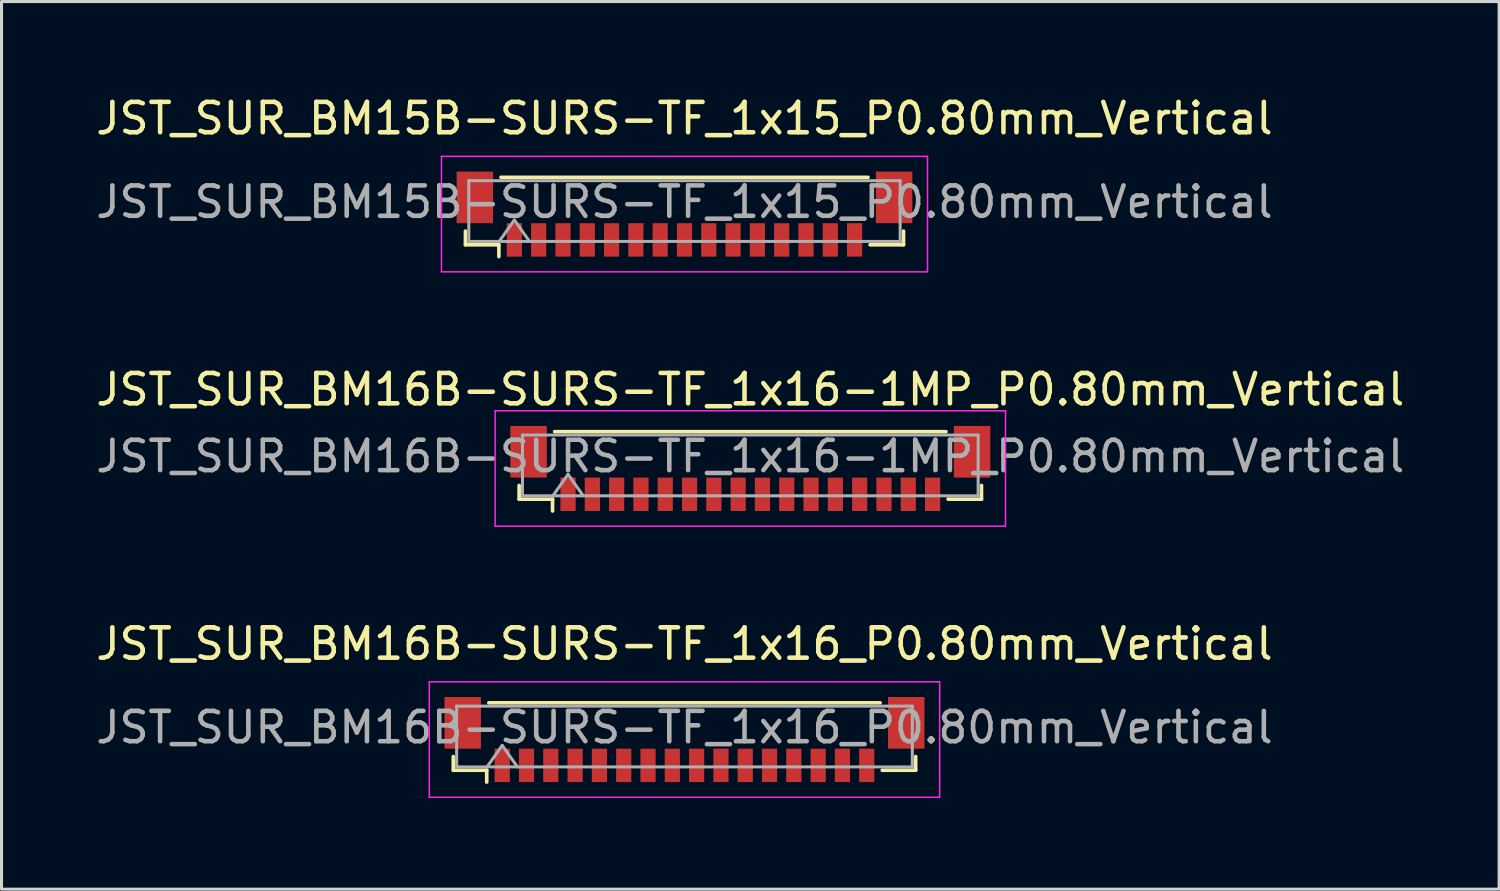
<source format=kicad_pcb>
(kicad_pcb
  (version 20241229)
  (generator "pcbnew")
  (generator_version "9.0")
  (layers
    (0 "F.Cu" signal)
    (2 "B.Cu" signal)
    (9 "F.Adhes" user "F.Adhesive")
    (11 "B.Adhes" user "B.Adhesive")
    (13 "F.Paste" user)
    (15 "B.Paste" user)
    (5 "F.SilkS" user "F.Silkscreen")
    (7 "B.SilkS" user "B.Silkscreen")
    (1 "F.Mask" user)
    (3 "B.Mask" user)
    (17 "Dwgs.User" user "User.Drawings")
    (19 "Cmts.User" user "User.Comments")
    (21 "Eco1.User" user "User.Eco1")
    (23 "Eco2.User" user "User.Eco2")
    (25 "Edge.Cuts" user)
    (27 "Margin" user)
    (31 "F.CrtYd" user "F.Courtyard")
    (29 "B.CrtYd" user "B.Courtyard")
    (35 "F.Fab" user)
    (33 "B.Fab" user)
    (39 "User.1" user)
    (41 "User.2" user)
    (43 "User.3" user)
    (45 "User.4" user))
  (footprint "JST_SUR_BM15B-SURS-TF_1x15_P0.80mm_Vertical"
    (layer "F.Cu")
    (at 19.482 3.998)
    (property "Reference" "JST_SUR_BM15B-SURS-TF_1x15_P0.80mm_Vertical" (at 0 -3.15 0) (layer "F.SilkS") (effects (font (size 1 1) (thickness 0.15))))
    (attr smd)
    (fp_line (start -7.21 0.56) (end -7.21 1.01) (stroke (width 0.12) (type solid)) (layer "F.SilkS"))
    (fp_line (start -7.21 1.01) (end -6.11 1.01) (stroke (width 0.12) (type solid)) (layer "F.SilkS"))
    (fp_line (start -6.11 1.01) (end -6.11 1.4) (stroke (width 0.12) (type solid)) (layer "F.SilkS"))
    (fp_line (start -6.04 -1.21) (end 6.04 -1.21) (stroke (width 0.12) (type solid)) (layer "F.SilkS"))
    (fp_line (start 7.21 0.56) (end 7.21 1.01) (stroke (width 0.12) (type solid)) (layer "F.SilkS"))
    (fp_line (start 7.21 1.01) (end 6.11 1.01) (stroke (width 0.12) (type solid)) (layer "F.SilkS"))
    (fp_line (start -8 -1.9) (end -8 1.9) (stroke (width 0.05) (type solid)) (layer "F.CrtYd"))
    (fp_line (start -8 1.9) (end 8 1.9) (stroke (width 0.05) (type solid)) (layer "F.CrtYd"))
    (fp_line (start 8 -1.9) (end -8 -1.9) (stroke (width 0.05) (type solid)) (layer "F.CrtYd"))
    (fp_line (start 8 1.9) (end 8 -1.9) (stroke (width 0.05) (type solid)) (layer "F.CrtYd"))
    (fp_line (start -7.1 -1.1) (end 7.1 -1.1) (stroke (width 0.1) (type solid)) (layer "F.Fab"))
    (fp_line (start -7.1 0.9) (end -7.1 -1.1) (stroke (width 0.1) (type solid)) (layer "F.Fab"))
    (fp_line (start -7.1 0.9) (end 7.1 0.9) (stroke (width 0.1) (type solid)) (layer "F.Fab"))
    (fp_line (start -6.1 0.9) (end -5.6 0.193) (stroke (width 0.1) (type solid)) (layer "F.Fab"))
    (fp_line (start -5.6 0.193) (end -5.1 0.9) (stroke (width 0.1) (type solid)) (layer "F.Fab"))
    (fp_line (start 7.1 0.9) (end 7.1 -1.1) (stroke (width 0.1) (type solid)) (layer "F.Fab"))
    (fp_text user "${REFERENCE}" (at 0 -0.4 0) (layer "F.Fab") (effects (font (size 1 1) (thickness 0.15))))
    (pad "" smd rect (at -6.9 -0.55) (size 1.2 1.7) (layers "F.Cu" "F.Mask" "F.Paste"))
    (pad "" smd rect (at 6.9 -0.55) (size 1.2 1.7) (layers "F.Cu" "F.Mask" "F.Paste"))
    (pad "1" smd rect (at -5.6 0.85) (size 0.5 1.1) (layers "F.Cu" "F.Mask" "F.Paste"))
    (pad "2" smd rect (at -4.8 0.85) (size 0.5 1.1) (layers "F.Cu" "F.Mask" "F.Paste"))
    (pad "3" smd rect (at -4 0.85) (size 0.5 1.1) (layers "F.Cu" "F.Mask" "F.Paste"))
    (pad "4" smd rect (at -3.2 0.85) (size 0.5 1.1) (layers "F.Cu" "F.Mask" "F.Paste"))
    (pad "5" smd rect (at -2.4 0.85) (size 0.5 1.1) (layers "F.Cu" "F.Mask" "F.Paste"))
    (pad "6" smd rect (at -1.6 0.85) (size 0.5 1.1) (layers "F.Cu" "F.Mask" "F.Paste"))
    (pad "7" smd rect (at -0.8 0.85) (size 0.5 1.1) (layers "F.Cu" "F.Mask" "F.Paste"))
    (pad "8" smd rect (at 0 0.85) (size 0.5 1.1) (layers "F.Cu" "F.Mask" "F.Paste"))
    (pad "9" smd rect (at 0.8 0.85) (size 0.5 1.1) (layers "F.Cu" "F.Mask" "F.Paste"))
    (pad "10" smd rect (at 1.6 0.85) (size 0.5 1.1) (layers "F.Cu" "F.Mask" "F.Paste"))
    (pad "11" smd rect (at 2.4 0.85) (size 0.5 1.1) (layers "F.Cu" "F.Mask" "F.Paste"))
    (pad "12" smd rect (at 3.2 0.85) (size 0.5 1.1) (layers "F.Cu" "F.Mask" "F.Paste"))
    (pad "13" smd rect (at 4 0.85) (size 0.5 1.1) (layers "F.Cu" "F.Mask" "F.Paste"))
    (pad "14" smd rect (at 4.8 0.85) (size 0.5 1.1) (layers "F.Cu" "F.Mask" "F.Paste"))
    (pad "15" smd rect (at 5.6 0.85) (size 0.5 1.1) (layers "F.Cu" "F.Mask" "F.Paste")))
  (footprint "JST_SUR_BM16B-SURS-TF_1x16-1MP_P0.80mm_Vertical"
    (layer "F.Cu")
    (at 21.649 12.371)
    (property "Reference" "JST_SUR_BM16B-SURS-TF_1x16-1MP_P0.80mm_Vertical" (at 0 -2.6 0) (layer "F.SilkS") (effects (font (size 1 1) (thickness 0.15))))
    (attr smd)
    (fp_line (start -7.61 0.56) (end -7.61 1.01) (stroke (width 0.12) (type solid)) (layer "F.SilkS"))
    (fp_line (start -7.61 1.01) (end -6.51 1.01) (stroke (width 0.12) (type solid)) (layer "F.SilkS"))
    (fp_line (start -6.51 1.01) (end -6.51 1.4) (stroke (width 0.12) (type solid)) (layer "F.SilkS"))
    (fp_line (start -6.44 -1.21) (end 6.44 -1.21) (stroke (width 0.12) (type solid)) (layer "F.SilkS"))
    (fp_line (start 7.61 0.56) (end 7.61 1.01) (stroke (width 0.12) (type solid)) (layer "F.SilkS"))
    (fp_line (start 7.61 1.01) (end 6.51 1.01) (stroke (width 0.12) (type solid)) (layer "F.SilkS"))
    (fp_line (start -8.4 -1.9) (end -8.4 1.9) (stroke (width 0.05) (type solid)) (layer "F.CrtYd"))
    (fp_line (start -8.4 1.9) (end 8.4 1.9) (stroke (width 0.05) (type solid)) (layer "F.CrtYd"))
    (fp_line (start 8.4 -1.9) (end -8.4 -1.9) (stroke (width 0.05) (type solid)) (layer "F.CrtYd"))
    (fp_line (start 8.4 1.9) (end 8.4 -1.9) (stroke (width 0.05) (type solid)) (layer "F.CrtYd"))
    (fp_line (start -7.5 -1.1) (end 7.5 -1.1) (stroke (width 0.1) (type solid)) (layer "F.Fab"))
    (fp_line (start -7.5 0.9) (end -7.5 -1.1) (stroke (width 0.1) (type solid)) (layer "F.Fab"))
    (fp_line (start -7.5 0.9) (end 7.5 0.9) (stroke (width 0.1) (type solid)) (layer "F.Fab"))
    (fp_line (start -6.5 0.9) (end -6 0.193) (stroke (width 0.1) (type solid)) (layer "F.Fab"))
    (fp_line (start -6 0.193) (end -5.5 0.9) (stroke (width 0.1) (type solid)) (layer "F.Fab"))
    (fp_line (start 7.5 0.9) (end 7.5 -1.1) (stroke (width 0.1) (type solid)) (layer "F.Fab"))
    (fp_text user "${REFERENCE}" (at 0 -0.4 0) (layer "F.Fab") (effects (font (size 1 1) (thickness 0.15))))
    (pad "1" smd rect (at -6 0.85) (size 0.5 1.1) (layers "F.Cu" "F.Mask" "F.Paste"))
    (pad "2" smd rect (at -5.2 0.85) (size 0.5 1.1) (layers "F.Cu" "F.Mask" "F.Paste"))
    (pad "3" smd rect (at -4.4 0.85) (size 0.5 1.1) (layers "F.Cu" "F.Mask" "F.Paste"))
    (pad "4" smd rect (at -3.6 0.85) (size 0.5 1.1) (layers "F.Cu" "F.Mask" "F.Paste"))
    (pad "5" smd rect (at -2.8 0.85) (size 0.5 1.1) (layers "F.Cu" "F.Mask" "F.Paste"))
    (pad "6" smd rect (at -2 0.85) (size 0.5 1.1) (layers "F.Cu" "F.Mask" "F.Paste"))
    (pad "7" smd rect (at -1.2 0.85) (size 0.5 1.1) (layers "F.Cu" "F.Mask" "F.Paste"))
    (pad "8" smd rect (at -0.4 0.85) (size 0.5 1.1) (layers "F.Cu" "F.Mask" "F.Paste"))
    (pad "9" smd rect (at 0.4 0.85) (size 0.5 1.1) (layers "F.Cu" "F.Mask" "F.Paste"))
    (pad "10" smd rect (at 1.2 0.85) (size 0.5 1.1) (layers "F.Cu" "F.Mask" "F.Paste"))
    (pad "11" smd rect (at 2 0.85) (size 0.5 1.1) (layers "F.Cu" "F.Mask" "F.Paste"))
    (pad "12" smd rect (at 2.8 0.85) (size 0.5 1.1) (layers "F.Cu" "F.Mask" "F.Paste"))
    (pad "13" smd rect (at 3.6 0.85) (size 0.5 1.1) (layers "F.Cu" "F.Mask" "F.Paste"))
    (pad "14" smd rect (at 4.4 0.85) (size 0.5 1.1) (layers "F.Cu" "F.Mask" "F.Paste"))
    (pad "15" smd rect (at 5.2 0.85) (size 0.5 1.1) (layers "F.Cu" "F.Mask" "F.Paste"))
    (pad "16" smd rect (at 6 0.85) (size 0.5 1.1) (layers "F.Cu" "F.Mask" "F.Paste"))
    (pad "MP" smd rect (at -7.3 -0.55) (size 1.2 1.7) (layers "F.Cu" "F.Mask" "F.Paste"))
    (pad "MP" smd rect (at 7.3 -0.55) (size 1.2 1.7) (layers "F.Cu" "F.Mask" "F.Paste")))
  (footprint "JST_SUR_BM16B-SURS-TF_1x16_P0.80mm_Vertical"
    (layer "F.Cu")
    (at 19.482 21.295)
    (property "Reference" "JST_SUR_BM16B-SURS-TF_1x16_P0.80mm_Vertical" (at 0 -3.15 0) (layer "F.SilkS") (effects (font (size 1 1) (thickness 0.15))))
    (attr smd)
    (fp_line (start -7.61 0.56) (end -7.61 1.01) (stroke (width 0.12) (type solid)) (layer "F.SilkS"))
    (fp_line (start -7.61 1.01) (end -6.51 1.01) (stroke (width 0.12) (type solid)) (layer "F.SilkS"))
    (fp_line (start -6.51 1.01) (end -6.51 1.4) (stroke (width 0.12) (type solid)) (layer "F.SilkS"))
    (fp_line (start -6.44 -1.21) (end 6.44 -1.21) (stroke (width 0.12) (type solid)) (layer "F.SilkS"))
    (fp_line (start 7.61 0.56) (end 7.61 1.01) (stroke (width 0.12) (type solid)) (layer "F.SilkS"))
    (fp_line (start 7.61 1.01) (end 6.51 1.01) (stroke (width 0.12) (type solid)) (layer "F.SilkS"))
    (fp_line (start -8.4 -1.9) (end -8.4 1.9) (stroke (width 0.05) (type solid)) (layer "F.CrtYd"))
    (fp_line (start -8.4 1.9) (end 8.4 1.9) (stroke (width 0.05) (type solid)) (layer "F.CrtYd"))
    (fp_line (start 8.4 -1.9) (end -8.4 -1.9) (stroke (width 0.05) (type solid)) (layer "F.CrtYd"))
    (fp_line (start 8.4 1.9) (end 8.4 -1.9) (stroke (width 0.05) (type solid)) (layer "F.CrtYd"))
    (fp_line (start -7.5 -1.1) (end 7.5 -1.1) (stroke (width 0.1) (type solid)) (layer "F.Fab"))
    (fp_line (start -7.5 0.9) (end -7.5 -1.1) (stroke (width 0.1) (type solid)) (layer "F.Fab"))
    (fp_line (start -7.5 0.9) (end 7.5 0.9) (stroke (width 0.1) (type solid)) (layer "F.Fab"))
    (fp_line (start -6.5 0.9) (end -6 0.193) (stroke (width 0.1) (type solid)) (layer "F.Fab"))
    (fp_line (start -6 0.193) (end -5.5 0.9) (stroke (width 0.1) (type solid)) (layer "F.Fab"))
    (fp_line (start 7.5 0.9) (end 7.5 -1.1) (stroke (width 0.1) (type solid)) (layer "F.Fab"))
    (fp_text user "${REFERENCE}" (at 0 -0.4 0) (layer "F.Fab") (effects (font (size 1 1) (thickness 0.15))))
    (pad "" smd rect (at -7.3 -0.55) (size 1.2 1.7) (layers "F.Cu" "F.Mask" "F.Paste"))
    (pad "" smd rect (at 7.3 -0.55) (size 1.2 1.7) (layers "F.Cu" "F.Mask" "F.Paste"))
    (pad "1" smd rect (at -6 0.85) (size 0.5 1.1) (layers "F.Cu" "F.Mask" "F.Paste"))
    (pad "2" smd rect (at -5.2 0.85) (size 0.5 1.1) (layers "F.Cu" "F.Mask" "F.Paste"))
    (pad "3" smd rect (at -4.4 0.85) (size 0.5 1.1) (layers "F.Cu" "F.Mask" "F.Paste"))
    (pad "4" smd rect (at -3.6 0.85) (size 0.5 1.1) (layers "F.Cu" "F.Mask" "F.Paste"))
    (pad "5" smd rect (at -2.8 0.85) (size 0.5 1.1) (layers "F.Cu" "F.Mask" "F.Paste"))
    (pad "6" smd rect (at -2 0.85) (size 0.5 1.1) (layers "F.Cu" "F.Mask" "F.Paste"))
    (pad "7" smd rect (at -1.2 0.85) (size 0.5 1.1) (layers "F.Cu" "F.Mask" "F.Paste"))
    (pad "8" smd rect (at -0.4 0.85) (size 0.5 1.1) (layers "F.Cu" "F.Mask" "F.Paste"))
    (pad "9" smd rect (at 0.4 0.85) (size 0.5 1.1) (layers "F.Cu" "F.Mask" "F.Paste"))
    (pad "10" smd rect (at 1.2 0.85) (size 0.5 1.1) (layers "F.Cu" "F.Mask" "F.Paste"))
    (pad "11" smd rect (at 2 0.85) (size 0.5 1.1) (layers "F.Cu" "F.Mask" "F.Paste"))
    (pad "12" smd rect (at 2.8 0.85) (size 0.5 1.1) (layers "F.Cu" "F.Mask" "F.Paste"))
    (pad "13" smd rect (at 3.6 0.85) (size 0.5 1.1) (layers "F.Cu" "F.Mask" "F.Paste"))
    (pad "14" smd rect (at 4.4 0.85) (size 0.5 1.1) (layers "F.Cu" "F.Mask" "F.Paste"))
    (pad "15" smd rect (at 5.2 0.85) (size 0.5 1.1) (layers "F.Cu" "F.Mask" "F.Paste"))
    (pad "16" smd rect (at 6 0.85) (size 0.5 1.1) (layers "F.Cu" "F.Mask" "F.Paste")))
  (gr_rect
    (start -3 -3)
    (end 46.298 26.22)
    (stroke (width 0.1) (type default))
    (fill no)
    (layer "Edge.Cuts")))
</source>
